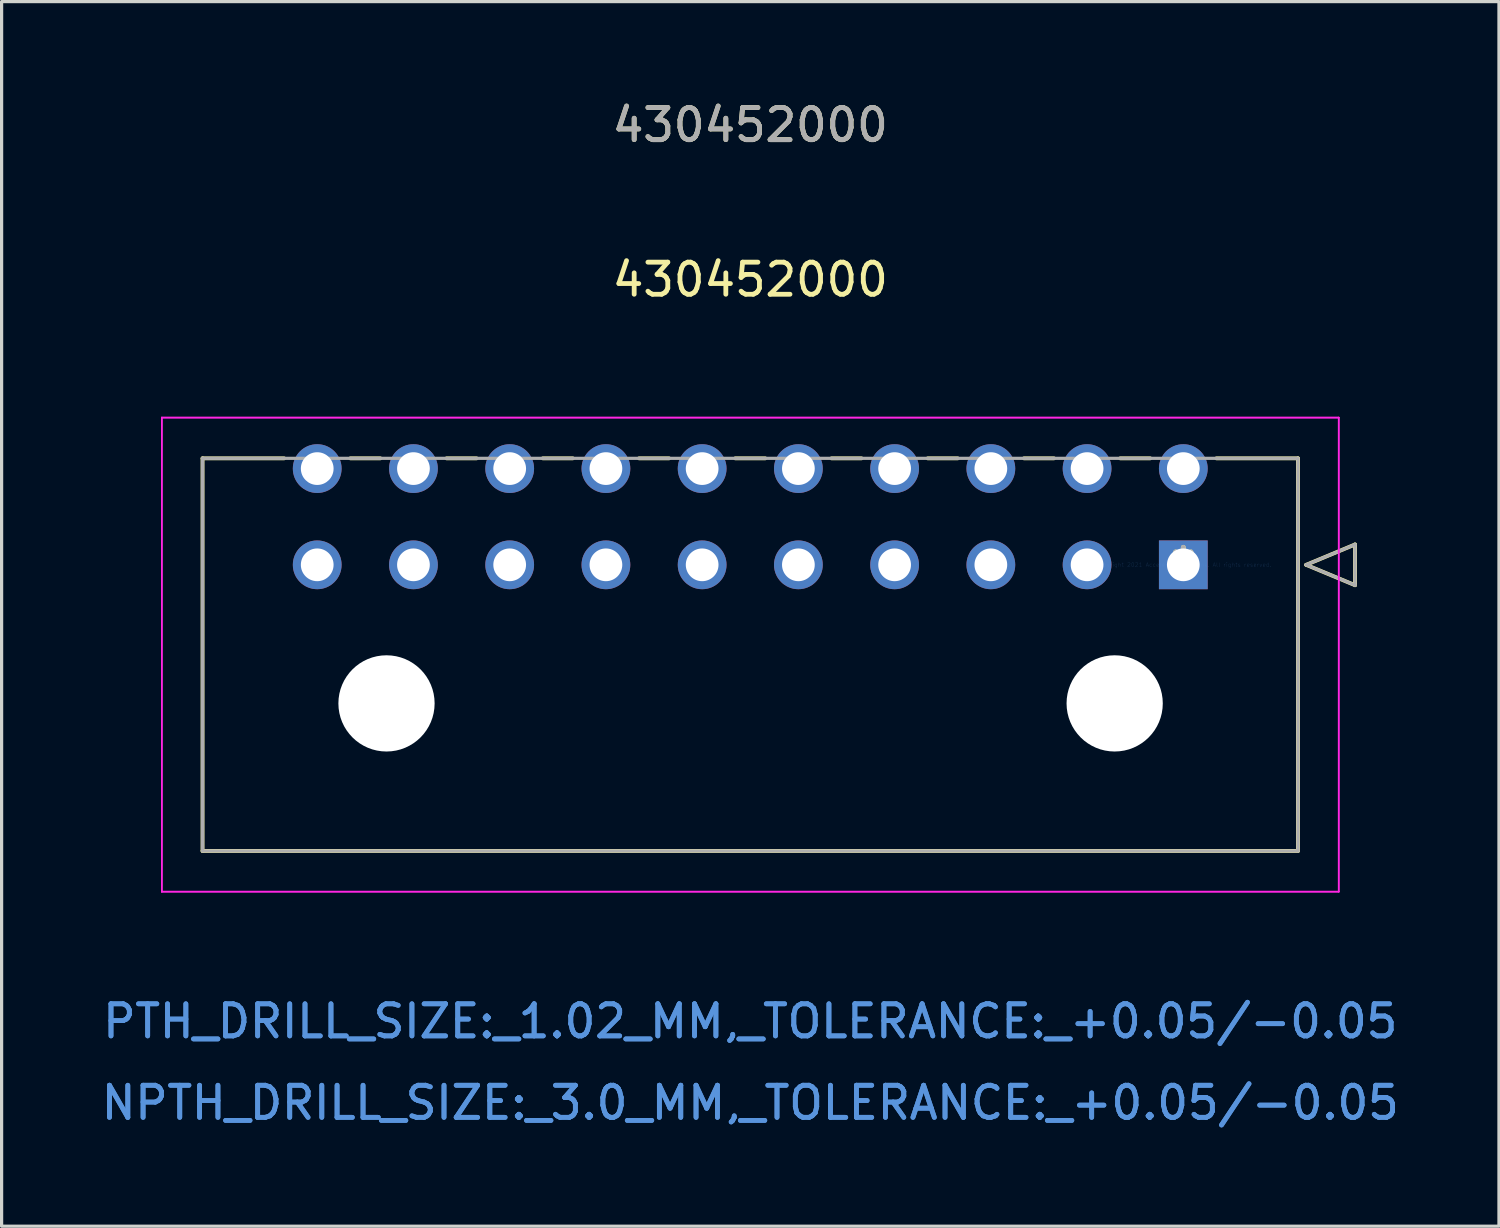
<source format=kicad_pcb>
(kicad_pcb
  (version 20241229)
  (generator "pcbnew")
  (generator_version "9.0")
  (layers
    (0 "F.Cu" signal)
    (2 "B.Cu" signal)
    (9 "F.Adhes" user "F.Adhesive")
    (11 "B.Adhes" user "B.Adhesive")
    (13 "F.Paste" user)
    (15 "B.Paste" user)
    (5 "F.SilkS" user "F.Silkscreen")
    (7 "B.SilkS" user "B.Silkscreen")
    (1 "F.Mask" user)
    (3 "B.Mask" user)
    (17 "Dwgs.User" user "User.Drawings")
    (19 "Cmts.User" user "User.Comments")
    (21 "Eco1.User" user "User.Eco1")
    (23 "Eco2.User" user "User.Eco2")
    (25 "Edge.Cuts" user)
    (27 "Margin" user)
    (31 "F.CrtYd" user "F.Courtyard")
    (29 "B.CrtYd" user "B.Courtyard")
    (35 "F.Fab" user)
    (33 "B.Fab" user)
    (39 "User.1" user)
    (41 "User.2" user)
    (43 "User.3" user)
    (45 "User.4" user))
  (footprint "430452000"
    (layer "F.Cu")
    (at 33.839 14.558)
    (property "Reference" "430452000" (at -13.5 -8.89 0) (layer "F.SilkS") (effects (font (size 1 1) (thickness 0.15))))
    (attr through_hole)
    (fp_line (start -30.575 -3.32) (end -30.575 8.92) (stroke (width 0.12) (type solid)) (layer "F.SilkS"))
    (fp_line (start -30.575 8.92) (end 3.575 8.92) (stroke (width 0.12) (type solid)) (layer "F.SilkS"))
    (fp_line (start -28.032 -3.32) (end -30.575 -3.32) (stroke (width 0.12) (type solid)) (layer "F.SilkS"))
    (fp_line (start -25.032 -3.32) (end -25.968 -3.32) (stroke (width 0.12) (type solid)) (layer "F.SilkS"))
    (fp_line (start -22.032 -3.32) (end -22.968 -3.32) (stroke (width 0.12) (type solid)) (layer "F.SilkS"))
    (fp_line (start -19.032 -3.32) (end -19.968 -3.32) (stroke (width 0.12) (type solid)) (layer "F.SilkS"))
    (fp_line (start -16.032 -3.32) (end -16.968 -3.32) (stroke (width 0.12) (type solid)) (layer "F.SilkS"))
    (fp_line (start -13.032 -3.32) (end -13.968 -3.32) (stroke (width 0.12) (type solid)) (layer "F.SilkS"))
    (fp_line (start -10.032 -3.32) (end -10.968 -3.32) (stroke (width 0.12) (type solid)) (layer "F.SilkS"))
    (fp_line (start -7.032 -3.32) (end -7.968 -3.32) (stroke (width 0.12) (type solid)) (layer "F.SilkS"))
    (fp_line (start -4.032 -3.32) (end -4.968 -3.32) (stroke (width 0.12) (type solid)) (layer "F.SilkS"))
    (fp_line (start -1.032 -3.32) (end -1.968 -3.32) (stroke (width 0.12) (type solid)) (layer "F.SilkS"))
    (fp_line (start 3.575 -3.32) (end 1.032 -3.32) (stroke (width 0.12) (type solid)) (layer "F.SilkS"))
    (fp_line (start 3.575 8.92) (end 3.575 -3.32) (stroke (width 0.12) (type solid)) (layer "F.SilkS"))
    (fp_line (start 3.829 0) (end 5.353 -0.635) (stroke (width 0.12) (type solid)) (layer "F.SilkS"))
    (fp_line (start 5.353 -0.635) (end 5.353 0.635) (stroke (width 0.12) (type solid)) (layer "F.SilkS"))
    (fp_line (start 5.353 0.635) (end 3.829 0) (stroke (width 0.12) (type solid)) (layer "F.SilkS"))
    (fp_line (start -31.845 -4.59) (end -31.845 10.19) (stroke (width 0.05) (type solid)) (layer "F.CrtYd"))
    (fp_line (start -31.845 -4.59) (end -31.845 10.19) (stroke (width 0.05) (type solid)) (layer "F.CrtYd"))
    (fp_line (start -31.845 10.19) (end 4.845 10.19) (stroke (width 0.05) (type solid)) (layer "F.CrtYd"))
    (fp_line (start -31.845 10.19) (end 4.845 10.19) (stroke (width 0.05) (type solid)) (layer "F.CrtYd"))
    (fp_line (start 4.845 -4.59) (end -31.845 -4.59) (stroke (width 0.05) (type solid)) (layer "F.CrtYd"))
    (fp_line (start 4.845 -4.59) (end -31.845 -4.59) (stroke (width 0.05) (type solid)) (layer "F.CrtYd"))
    (fp_line (start 4.845 10.19) (end 4.845 -4.59) (stroke (width 0.05) (type solid)) (layer "F.CrtYd"))
    (fp_line (start 4.845 10.19) (end 4.845 -4.59) (stroke (width 0.05) (type solid)) (layer "F.CrtYd"))
    (fp_line (start -30.575 -3.32) (end -30.575 8.92) (stroke (width 0.1) (type solid)) (layer "F.Fab"))
    (fp_line (start -30.575 8.92) (end 3.575 8.92) (stroke (width 0.1) (type solid)) (layer "F.Fab"))
    (fp_line (start 3.575 -3.32) (end -30.575 -3.32) (stroke (width 0.1) (type solid)) (layer "F.Fab"))
    (fp_line (start 3.575 8.92) (end 3.575 -3.32) (stroke (width 0.1) (type solid)) (layer "F.Fab"))
    (fp_line (start 3.829 0) (end 5.353 -0.635) (stroke (width 0.1) (type solid)) (layer "F.Fab"))
    (fp_line (start 5.353 -0.635) (end 5.353 0.635) (stroke (width 0.1) (type solid)) (layer "F.Fab"))
    (fp_line (start 5.353 0.635) (end 3.829 0) (stroke (width 0.1) (type solid)) (layer "F.Fab"))
    (fp_text user "430452000" (at -13.5 -13.71 0) (layer "F.SilkS") (effects (font (size 1 1) (thickness 0.15))))
    (fp_text user "*" (at 0 0 0) (layer "F.SilkS") (effects (font (size 1 1) (thickness 0.15))))
    (fp_text user "NPTH_DRILL_SIZE:_3.0_MM,_TOLERANCE:_+0.05/-0.05" (at -13.5 16.77 0) (layer "Cmts.User") (effects (font (size 1 1) (thickness 0.15))))
    (fp_text user "NPTH_DRILL_SIZE:_3.0_MM,_TOLERANCE:_+0.05/-0.05" (at -13.5 16.77 0) (layer "Cmts.User") (effects (font (size 1 1) (thickness 0.15))))
    (fp_text user "PTH_DRILL_SIZE:_1.02_MM,_TOLERANCE:_+0.05/-0.05" (at -13.5 14.23 0) (layer "Cmts.User") (effects (font (size 1 1) (thickness 0.15))))
    (fp_text user "Copyright 2021 Accelerated Designs. All rights reserved." (at 0 0 0) (layer "Cmts.User") (effects (font (size 0.127 0.127) (thickness 0.002))))
    (fp_text user "PTH_DRILL_SIZE:_1.02_MM,_TOLERANCE:_+0.05/-0.05" (at -13.5 14.23 0) (layer "Cmts.User") (effects (font (size 1 1) (thickness 0.15))))
    (fp_text user "*" (at 0 0 0) (layer "F.Fab") (effects (font (size 1 1) (thickness 0.15))))
    (fp_text user "430452000" (at -13.5 -13.71 0) (layer "F.Fab") (effects (font (size 1 1) (thickness 0.15))))
    (pad "" np_thru_hole circle (at -24.84 4.32) (size 3 3) (drill 3) (layers "*.Cu" "*.Mask"))
    (pad "" np_thru_hole circle (at -2.14 4.32) (size 3 3) (drill 3) (layers "*.Cu" "*.Mask"))
    (pad "1" thru_hole rect (at 0 0) (size 1.52 1.52) (drill 1.02) (layers "*.Cu" "*.Mask"))
    (pad "2" thru_hole circle (at -3 0) (size 1.52 1.52) (drill 1.02) (layers "*.Cu" "*.Mask"))
    (pad "3" thru_hole circle (at -6 0) (size 1.52 1.52) (drill 1.02) (layers "*.Cu" "*.Mask"))
    (pad "4" thru_hole circle (at -9 0) (size 1.52 1.52) (drill 1.02) (layers "*.Cu" "*.Mask"))
    (pad "5" thru_hole circle (at -12 0) (size 1.52 1.52) (drill 1.02) (layers "*.Cu" "*.Mask"))
    (pad "6" thru_hole circle (at -15 0) (size 1.52 1.52) (drill 1.02) (layers "*.Cu" "*.Mask"))
    (pad "7" thru_hole circle (at -18 0) (size 1.52 1.52) (drill 1.02) (layers "*.Cu" "*.Mask"))
    (pad "8" thru_hole circle (at -21 0) (size 1.52 1.52) (drill 1.02) (layers "*.Cu" "*.Mask"))
    (pad "9" thru_hole circle (at -24 0) (size 1.52 1.52) (drill 1.02) (layers "*.Cu" "*.Mask"))
    (pad "10" thru_hole circle (at -27 0) (size 1.52 1.52) (drill 1.02) (layers "*.Cu" "*.Mask"))
    (pad "11" thru_hole circle (at 0 -3) (size 1.52 1.52) (drill 1.02) (layers "*.Cu" "*.Mask"))
    (pad "12" thru_hole circle (at -3 -3) (size 1.52 1.52) (drill 1.02) (layers "*.Cu" "*.Mask"))
    (pad "13" thru_hole circle (at -6 -3) (size 1.52 1.52) (drill 1.02) (layers "*.Cu" "*.Mask"))
    (pad "14" thru_hole circle (at -9 -3) (size 1.52 1.52) (drill 1.02) (layers "*.Cu" "*.Mask"))
    (pad "15" thru_hole circle (at -12 -3) (size 1.52 1.52) (drill 1.02) (layers "*.Cu" "*.Mask"))
    (pad "16" thru_hole circle (at -15 -3) (size 1.52 1.52) (drill 1.02) (layers "*.Cu" "*.Mask"))
    (pad "17" thru_hole circle (at -18 -3) (size 1.52 1.52) (drill 1.02) (layers "*.Cu" "*.Mask"))
    (pad "18" thru_hole circle (at -21 -3) (size 1.52 1.52) (drill 1.02) (layers "*.Cu" "*.Mask"))
    (pad "19" thru_hole circle (at -24 -3) (size 1.52 1.52) (drill 1.02) (layers "*.Cu" "*.Mask"))
    (pad "20" thru_hole circle (at -27 -3) (size 1.52 1.52) (drill 1.02) (layers "*.Cu" "*.Mask")))
  (gr_rect
    (start -3 -3)
    (end 43.679 35.176)
    (stroke (width 0.1) (type default))
    (fill no)
    (layer "Edge.Cuts")))
</source>
